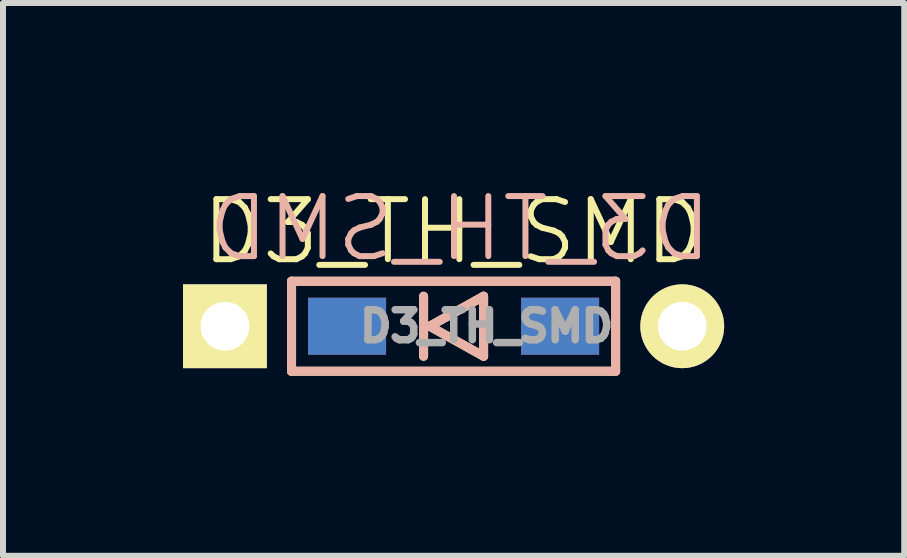
<source format=kicad_pcb>
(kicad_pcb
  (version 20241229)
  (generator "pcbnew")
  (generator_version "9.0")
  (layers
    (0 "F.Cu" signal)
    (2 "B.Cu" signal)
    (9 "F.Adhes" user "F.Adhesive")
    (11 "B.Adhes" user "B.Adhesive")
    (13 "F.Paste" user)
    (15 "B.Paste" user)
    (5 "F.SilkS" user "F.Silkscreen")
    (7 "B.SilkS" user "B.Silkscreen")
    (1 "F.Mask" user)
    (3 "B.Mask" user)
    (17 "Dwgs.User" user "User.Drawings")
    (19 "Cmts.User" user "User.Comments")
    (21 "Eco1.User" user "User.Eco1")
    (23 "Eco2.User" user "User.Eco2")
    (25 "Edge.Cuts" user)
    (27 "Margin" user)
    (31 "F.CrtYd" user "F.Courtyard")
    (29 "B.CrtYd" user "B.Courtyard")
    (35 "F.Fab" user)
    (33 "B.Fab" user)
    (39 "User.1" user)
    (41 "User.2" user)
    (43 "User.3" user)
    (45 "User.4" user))
  (footprint "D3_TH_SMD"
    (layer "F.Cu")
    (at 4.508 2.386)
    (property "Reference" "D3_TH_SMD" (at 0.55 0 0) (layer "F.Fab") (effects (font (size 0.5 0.5) (thickness 0.125))))
    (attr through_hole)
    (fp_line (start -2.7 -0.75) (end -2.7 0.75) (stroke (width 0.15) (type solid)) (layer "F.SilkS"))
    (fp_line (start -2.7 0.75) (end 2.7 0.75) (stroke (width 0.15) (type solid)) (layer "F.SilkS"))
    (fp_line (start -0.5 -0.5) (end -0.5 0.5) (stroke (width 0.15) (type solid)) (layer "F.SilkS"))
    (fp_line (start -0.4 0) (end 0.5 -0.5) (stroke (width 0.15) (type solid)) (layer "F.SilkS"))
    (fp_line (start 0.5 -0.5) (end 0.5 0.5) (stroke (width 0.15) (type solid)) (layer "F.SilkS"))
    (fp_line (start 0.5 0.5) (end -0.4 0) (stroke (width 0.15) (type solid)) (layer "F.SilkS"))
    (fp_line (start 2.7 -0.75) (end -2.7 -0.75) (stroke (width 0.15) (type solid)) (layer "F.SilkS"))
    (fp_line (start 2.7 0.75) (end 2.7 -0.75) (stroke (width 0.15) (type solid)) (layer "F.SilkS"))
    (fp_line (start -2.7 -0.75) (end -2.7 0.75) (stroke (width 0.15) (type solid)) (layer "B.SilkS"))
    (fp_line (start -2.7 0.75) (end 2.7 0.75) (stroke (width 0.15) (type solid)) (layer "B.SilkS"))
    (fp_line (start -0.5 -0.5) (end -0.5 0.5) (stroke (width 0.15) (type solid)) (layer "B.SilkS"))
    (fp_line (start -0.4 0) (end 0.5 -0.5) (stroke (width 0.15) (type solid)) (layer "B.SilkS"))
    (fp_line (start 0.5 -0.5) (end 0.5 0.5) (stroke (width 0.15) (type solid)) (layer "B.SilkS"))
    (fp_line (start 0.5 0.5) (end -0.4 0) (stroke (width 0.15) (type solid)) (layer "B.SilkS"))
    (fp_line (start 2.7 -0.75) (end -2.7 -0.75) (stroke (width 0.15) (type solid)) (layer "B.SilkS"))
    (fp_line (start 2.7 0.75) (end 2.7 -0.75) (stroke (width 0.15) (type solid)) (layer "B.SilkS"))
    (fp_text user "${REFERENCE}" (at 0 -1.575 0) (unlocked yes) (layer "F.SilkS") (effects (font (size 1 1) (thickness 0.1))))
    (fp_text user "${REFERENCE}" (at 0.102 -1.626 0) (unlocked yes) (layer "B.SilkS") (effects (font (size 1 1) (thickness 0.1)) (justify mirror)))
    (pad "1" thru_hole rect (at -3.81 0) (size 1.397 1.397) (drill 0.813) (layers "*.Cu" "*.Mask" "F.SilkS"))
    (pad "1" smd rect (at -1.775 0) (size 1.3 0.95) (layers "F.Cu" "F.Mask" "F.Paste"))
    (pad "1" smd rect (at -1.775 0) (size 1.3 0.95) (layers "B.Cu" "B.Mask" "B.Paste"))
    (pad "2" smd rect (at 1.775 0) (size 1.3 0.95) (layers "F.Cu" "F.Mask" "F.Paste"))
    (pad "2" smd rect (at 1.775 0) (size 1.3 0.95) (layers "B.Cu" "B.Mask" "B.Paste"))
    (pad "2" thru_hole circle (at 3.81 0) (size 1.397 1.397) (drill 0.813) (layers "*.Cu" "*.Mask" "F.SilkS")))
  (gr_rect
    (start -3 -3)
    (end 12.017 6.211)
    (stroke (width 0.1) (type default))
    (fill no)
    (layer "Edge.Cuts")))
</source>
